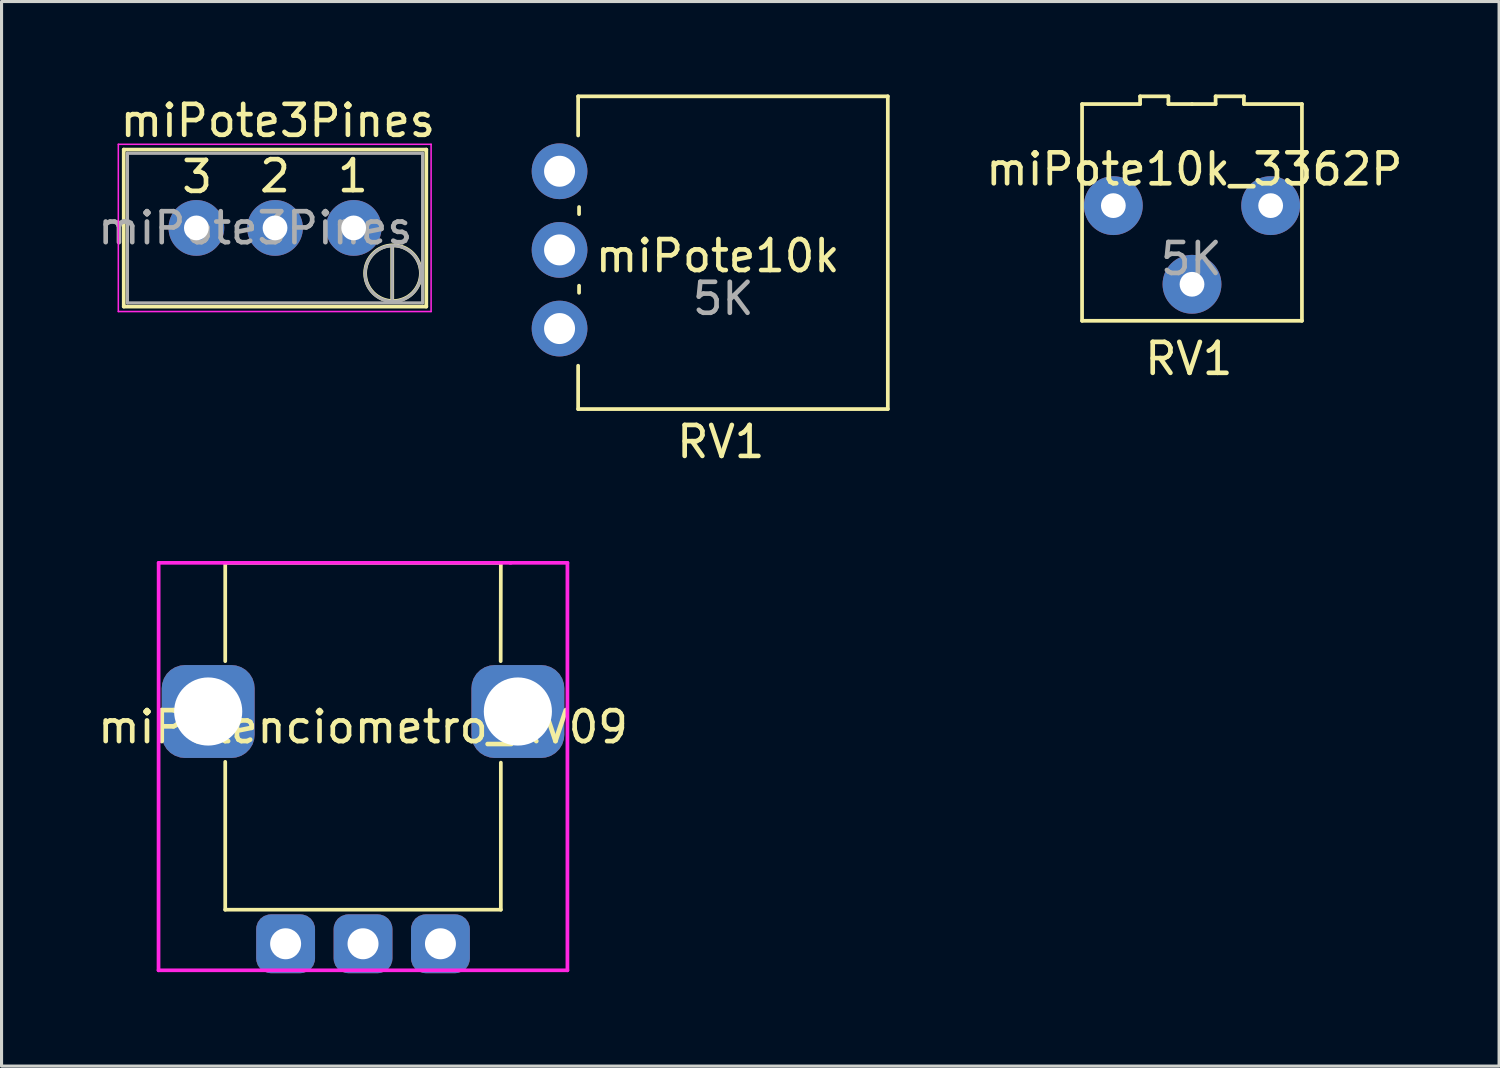
<source format=kicad_pcb>
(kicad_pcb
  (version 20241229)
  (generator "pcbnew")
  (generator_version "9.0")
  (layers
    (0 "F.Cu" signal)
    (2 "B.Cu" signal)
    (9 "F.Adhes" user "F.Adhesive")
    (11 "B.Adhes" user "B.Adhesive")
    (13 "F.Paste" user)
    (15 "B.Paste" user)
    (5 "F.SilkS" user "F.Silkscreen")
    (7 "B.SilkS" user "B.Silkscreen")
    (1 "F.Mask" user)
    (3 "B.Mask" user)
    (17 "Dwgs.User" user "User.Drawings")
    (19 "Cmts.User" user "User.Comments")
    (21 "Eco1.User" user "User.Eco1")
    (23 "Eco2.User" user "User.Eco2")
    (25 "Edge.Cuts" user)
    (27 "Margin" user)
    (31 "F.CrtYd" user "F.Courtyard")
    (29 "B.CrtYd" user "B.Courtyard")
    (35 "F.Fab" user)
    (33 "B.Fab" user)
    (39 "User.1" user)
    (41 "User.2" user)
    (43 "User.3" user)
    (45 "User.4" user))
  (footprint "miPote10k_3362P"
    (layer "F.Cu")
    (at 35.442 3.81)
    (property "Reference" "miPote10k_3362P" (at 0.076 -1.397 0) (layer "F.SilkS") (effects (font (size 1 1) (thickness 0.15))))
    (attr through_hole)
    (fp_line (start -3.55 -3.5) (end -1.676 -3.5) (stroke (width 0.12) (type solid)) (layer "F.SilkS"))
    (fp_line (start -3.55 3.5) (end -3.55 -3.5) (stroke (width 0.12) (type solid)) (layer "F.SilkS"))
    (fp_line (start -1.676 -3.75) (end -0.762 -3.75) (stroke (width 0.12) (type solid)) (layer "F.SilkS"))
    (fp_line (start -1.676 -3.5) (end -1.676 -3.75) (stroke (width 0.12) (type solid)) (layer "F.SilkS"))
    (fp_line (start -0.762 -3.5) (end -0.762 -3.75) (stroke (width 0.12) (type solid)) (layer "F.SilkS"))
    (fp_line (start -0.762 -3.5) (end 0 -3.5) (stroke (width 0.12) (type solid)) (layer "F.SilkS"))
    (fp_line (start 0.762 -3.5) (end 0 -3.5) (stroke (width 0.12) (type solid)) (layer "F.SilkS"))
    (fp_line (start 0.762 -3.5) (end 0.762 -3.75) (stroke (width 0.12) (type solid)) (layer "F.SilkS"))
    (fp_line (start 1.676 -3.75) (end 0.762 -3.75) (stroke (width 0.12) (type solid)) (layer "F.SilkS"))
    (fp_line (start 1.676 -3.5) (end 1.676 -3.75) (stroke (width 0.12) (type solid)) (layer "F.SilkS"))
    (fp_line (start 3.55 -3.5) (end 1.676 -3.5) (stroke (width 0.12) (type solid)) (layer "F.SilkS"))
    (fp_line (start 3.55 3.5) (end -3.55 3.5) (stroke (width 0.12) (type solid)) (layer "F.SilkS"))
    (fp_line (start 3.55 3.5) (end 3.55 -3.5) (stroke (width 0.12) (type solid)) (layer "F.SilkS"))
    (fp_text user "RV1" (at -0.102 4.724 180) (layer "F.SilkS") (effects (font (size 1 1) (thickness 0.15))))
    (fp_text user "5K" (at -0.025 1.499 0) (layer "F.Fab") (effects (font (size 1 1) (thickness 0.15))))
    (pad "1" thru_hole circle (at -2.54 -0.22) (size 1.9 1.9) (drill 0.8) (layers "*.Cu" "*.Mask"))
    (pad "2" thru_hole circle (at 0 2.32) (size 1.9 1.9) (drill 0.8) (layers "*.Cu" "*.Mask"))
    (pad "3" thru_hole oval (at 2.54 -0.22) (size 1.9 1.9) (drill 0.8) (layers "*.Cu" "*.Mask")))
  (footprint "miPote10k"
    (layer "F.Cu")
    (at 20.328 5.096)
    (property "Reference" "miPote10k" (at -0.203 0.119 0) (layer "F.SilkS") (effects (font (size 1 1) (thickness 0.15))))
    (attr through_hole)
    (fp_line (start -4.709 -5.036) (end -4.709 -3.771) (stroke (width 0.12) (type solid)) (layer "F.SilkS"))
    (fp_line (start -4.709 5.064) (end -4.709 3.664) (stroke (width 0.12) (type solid)) (layer "F.SilkS"))
    (fp_line (start -4.679 -1.461) (end -4.679 -1.231) (stroke (width 0.12) (type solid)) (layer "F.SilkS"))
    (fp_line (start -4.679 1.08) (end -4.679 1.309) (stroke (width 0.12) (type solid)) (layer "F.SilkS"))
    (fp_line (start 5.291 -5.036) (end -4.709 -5.036) (stroke (width 0.12) (type solid)) (layer "F.SilkS"))
    (fp_line (start 5.291 5.064) (end -4.709 5.064) (stroke (width 0.12) (type solid)) (layer "F.SilkS"))
    (fp_line (start 5.291 5.064) (end 5.291 -5.036) (stroke (width 0.12) (type solid)) (layer "F.SilkS"))
    (fp_text user "RV1" (at -0.102 6.121 180) (layer "F.SilkS") (effects (font (size 1 1) (thickness 0.15))))
    (fp_text user "5K" (at -0.025 1.499 0) (layer "F.Fab") (effects (font (size 1 1) (thickness 0.15))))
    (pad "1" thru_hole circle (at -5.309 2.464) (size 1.8 1.8) (drill 1) (layers "*.Cu" "*.Mask"))
    (pad "2" thru_hole circle (at -5.309 -0.076) (size 1.8 1.8) (drill 1) (layers "*.Cu" "*.Mask"))
    (pad "3" thru_hole oval (at -5.309 -2.616) (size 1.8 1.8) (drill 1) (layers "*.Cu" "*.Mask")))
  (footprint "miPote3Pines"
    (layer "F.Cu")
    (at 8.371 4.31)
    (property "Reference" "miPote3Pines" (at -2.449 -3.462 0) (layer "F.SilkS") (effects (font (size 1 1) (thickness 0.15))))
    (attr through_hole)
    (fp_line (start -7.425 -2.53) (end -7.425 2.54) (stroke (width 0.12) (type solid)) (layer "F.SilkS"))
    (fp_line (start -7.425 -2.53) (end 2.345 -2.53) (stroke (width 0.12) (type solid)) (layer "F.SilkS"))
    (fp_line (start -7.425 2.54) (end 2.345 2.54) (stroke (width 0.12) (type solid)) (layer "F.SilkS"))
    (fp_line (start 1.245 0.584) (end 1.245 2.362) (stroke (width 0.12) (type solid)) (layer "F.SilkS"))
    (fp_line (start 2.345 -2.53) (end 2.345 2.54) (stroke (width 0.12) (type solid)) (layer "F.SilkS"))
    (fp_circle (center 1.27 1.462) (end 2.17 1.462) (stroke (width 0.12) (type solid)) (fill no) (layer "F.SilkS"))
    (fp_line (start -7.6 -2.7) (end -7.6 2.7) (stroke (width 0.05) (type solid)) (layer "F.CrtYd"))
    (fp_line (start -7.6 2.7) (end 2.5 2.7) (stroke (width 0.05) (type solid)) (layer "F.CrtYd"))
    (fp_line (start 2.5 -2.7) (end -7.6 -2.7) (stroke (width 0.05) (type solid)) (layer "F.CrtYd"))
    (fp_line (start 2.5 2.7) (end 2.5 -2.7) (stroke (width 0.05) (type solid)) (layer "F.CrtYd"))
    (fp_line (start -7.305 -2.41) (end -7.305 2.42) (stroke (width 0.1) (type solid)) (layer "F.Fab"))
    (fp_line (start -7.305 2.42) (end 2.225 2.42) (stroke (width 0.1) (type solid)) (layer "F.Fab"))
    (fp_line (start 1.245 2.362) (end 1.245 0.584) (stroke (width 0.1) (type solid)) (layer "F.Fab"))
    (fp_line (start 2.225 -2.41) (end -7.305 -2.41) (stroke (width 0.1) (type solid)) (layer "F.Fab"))
    (fp_line (start 2.225 2.42) (end 2.225 -2.41) (stroke (width 0.1) (type solid)) (layer "F.Fab"))
    (fp_circle (center 1.27 1.473) (end 2.17 1.473) (stroke (width 0.1) (type solid)) (fill no) (layer "F.Fab"))
    (fp_text user "3" (at -5.055 -1.651 0) (layer "F.SilkS") (effects (font (size 1 1) (thickness 0.15))))
    (fp_text user "2" (at -2.54 -1.676 0) (layer "F.SilkS") (effects (font (size 1 1) (thickness 0.15))))
    (fp_text user "1" (at -0.025 -1.676 0) (layer "F.SilkS") (effects (font (size 1 1) (thickness 0.15))))
    (fp_text user "${REFERENCE}" (at -3.175 0.005 0) (layer "F.Fab") (effects (font (size 1 1) (thickness 0.15))))
    (pad "1" thru_hole circle (at 0 0) (size 1.8 1.8) (drill 0.8) (layers "*.Cu" "*.Mask"))
    (pad "2" thru_hole circle (at -2.54 0) (size 1.8 1.8) (drill 0.8) (layers "*.Cu" "*.Mask"))
    (pad "3" thru_hole circle (at -5.08 0) (size 1.8 1.8) (drill 0.8) (layers "*.Cu" "*.Mask")))
  (footprint "miPotenciometro_RV09"
    (layer "F.Cu")
    (at 8.673 19.926)
    (property "Reference" "miPotenciometro_RV09" (at 0 0.5 0) (layer "F.SilkS") (effects (font (size 1 1) (thickness 0.15))))
    (attr through_hole)
    (fp_line (start -4.45 -4.801) (end 4.45 -4.801) (stroke (width 0.12) (type solid)) (layer "F.SilkS"))
    (fp_line (start -4.45 -1.626) (end -4.45 -4.801) (stroke (width 0.12) (type solid)) (layer "F.SilkS"))
    (fp_line (start -4.45 6.4) (end -4.45 1.626) (stroke (width 0.12) (type solid)) (layer "F.SilkS"))
    (fp_line (start 4.445 -1.626) (end 4.45 -4.801) (stroke (width 0.12) (type solid)) (layer "F.SilkS"))
    (fp_line (start 4.45 1.651) (end 4.45 6.4) (stroke (width 0.12) (type solid)) (layer "F.SilkS"))
    (fp_line (start 4.45 6.4) (end -4.45 6.4) (stroke (width 0.12) (type solid)) (layer "F.SilkS"))
    (fp_line (start -6.604 8.357) (end -6.6 -4.801) (stroke (width 0.12) (type solid)) (layer "F.CrtYd"))
    (fp_line (start -6.6 -4.801) (end 4.775 -4.801) (stroke (width 0.12) (type solid)) (layer "F.CrtYd"))
    (fp_line (start 4.75 -4.801) (end 6.6 -4.801) (stroke (width 0.12) (type solid)) (layer "F.CrtYd"))
    (fp_line (start 6.6 -4.801) (end 6.6 8.357) (stroke (width 0.12) (type solid)) (layer "F.CrtYd"))
    (fp_line (start 6.6 8.357) (end -6.604 8.357) (stroke (width 0.12) (type solid)) (layer "F.CrtYd"))
    (pad "1" thru_hole roundrect (at -2.5 7.5) (size 1.9 1.9) (drill oval 1) (layers "*.Cu" "*.Mask") (roundrect_rratio 0.25))
    (pad "2" thru_hole roundrect (at 0 7.5) (size 1.9 1.9) (drill 1) (layers "*.Cu" "*.Mask") (roundrect_rratio 0.25))
    (pad "3" thru_hole roundrect (at 2.5 7.5) (size 1.9 1.9) (drill 1) (layers "*.Cu" "*.Mask") (roundrect_rratio 0.25))
    (pad "4" thru_hole roundrect (at 5 0) (size 3 3) (drill 2.2) (layers "*.Cu" "*.Mask") (roundrect_rratio 0.25))
    (pad "5" thru_hole roundrect (at -5 0) (size 3 3) (drill 2.2) (layers "*.Cu" "*.Mask") (roundrect_rratio 0.25)))
  (gr_rect
    (start -3 -3)
    (end 45.358 31.376)
    (stroke (width 0.1) (type default))
    (fill no)
    (layer "Edge.Cuts")))
</source>
